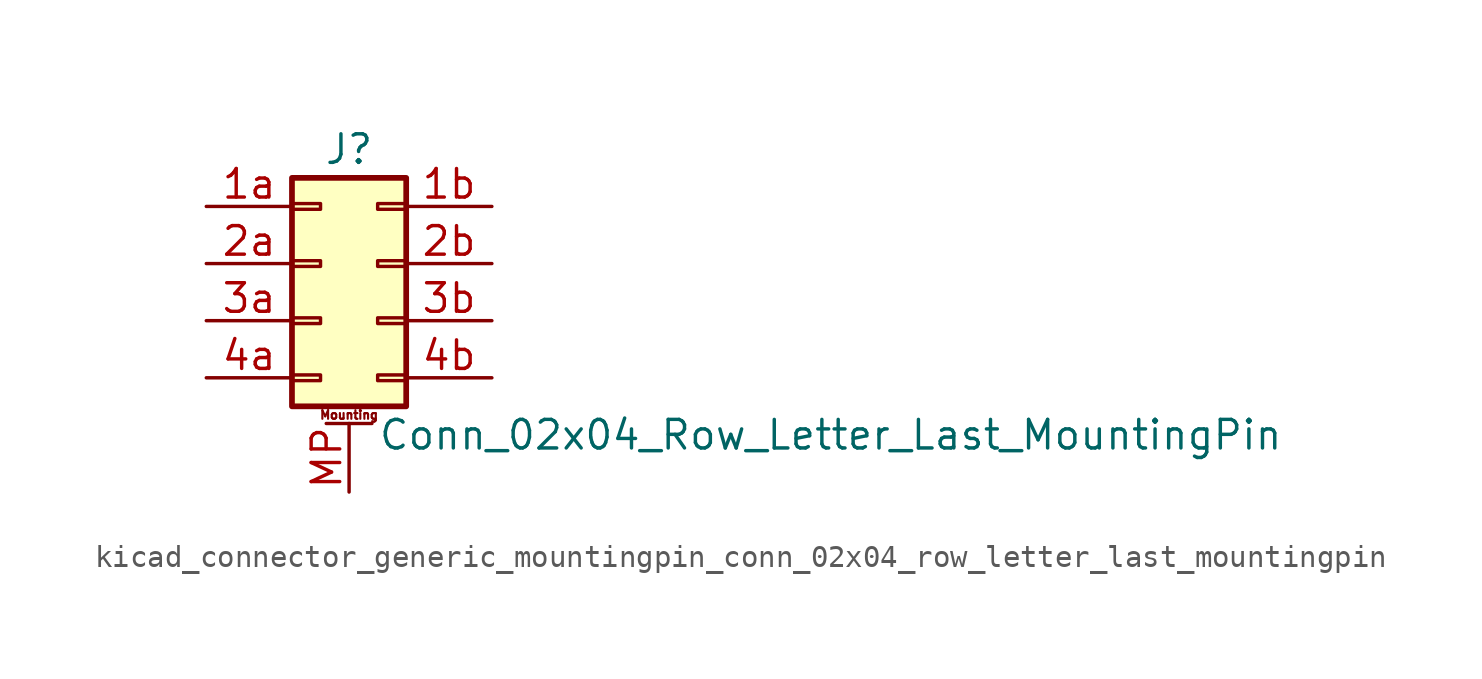
<source format=kicad_sym>
(kicad_symbol_lib
  (version 20220914)
  (generator kicad_symbol_editor)
  (symbol "kicad_connector_generic_mountingpin_conn_02x04_row_letter_last_mountingpin"
    (pin_names
      (offset 1.016) hide)
    (property "Reference" "J"
      (at 1.27 5.08 0)
      (effects (font (size 1.27 1.27))))
    (property "Value" "Conn_02x04_Row_Letter_Last_MountingPin"
      (at 2.54 -7.62 0)
      (effects (font (size 1.27 1.27)) (justify left)))
    (symbol "kicad_connector_generic_mountingpin_conn_02x04_row_letter_last_mountingpin_1_1"
      (rectangle (start -1.27 -4.953) (end 0 -5.207) (stroke (width 0.152) (type default)) (fill (type none)))
      (rectangle (start -1.27 -2.413) (end 0 -2.667) (stroke (width 0.152) (type default)) (fill (type none)))
      (rectangle (start -1.27 0.127) (end 0 -0.127) (stroke (width 0.152) (type default)) (fill (type none)))
      (rectangle (start -1.27 2.667) (end 0 2.413) (stroke (width 0.152) (type default)) (fill (type none)))
      (rectangle (start -1.27 3.81) (end 3.81 -6.35) (stroke (width 0.254) (type default)) (fill (type background)))
      (polyline (pts (xy 0.254 -7.112) (xy 2.286 -7.112)) (stroke (width 0.152) (type default)) (fill (type none)))
      (rectangle (start 3.81 -4.953) (end 2.54 -5.207) (stroke (width 0.152) (type default)) (fill (type none)))
      (rectangle (start 3.81 -2.413) (end 2.54 -2.667) (stroke (width 0.152) (type default)) (fill (type none)))
      (rectangle (start 3.81 0.127) (end 2.54 -0.127) (stroke (width 0.152) (type default)) (fill (type none)))
      (rectangle (start 3.81 2.667) (end 2.54 2.413) (stroke (width 0.152) (type default)) (fill (type none)))
      (text "Mounting" (at 1.27 -6.731 0) (effects (font (size 0.381 0.381))))
      (pin passive line (at -5.08 2.54 0) (length 3.81) (name "Pin_1a" (effects (font (size 1.27 1.27)))) (number "1a" (effects (font (size 1.27 1.27)))))
      (pin passive line (at 7.62 2.54 180) (length 3.81) (name "Pin_1b" (effects (font (size 1.27 1.27)))) (number "1b" (effects (font (size 1.27 1.27)))))
      (pin passive line (at -5.08 0 0) (length 3.81) (name "Pin_2a" (effects (font (size 1.27 1.27)))) (number "2a" (effects (font (size 1.27 1.27)))))
      (pin passive line (at 7.62 0 180) (length 3.81) (name "Pin_2b" (effects (font (size 1.27 1.27)))) (number "2b" (effects (font (size 1.27 1.27)))))
      (pin passive line (at -5.08 -2.54 0) (length 3.81) (name "Pin_3a" (effects (font (size 1.27 1.27)))) (number "3a" (effects (font (size 1.27 1.27)))))
      (pin passive line (at 7.62 -2.54 180) (length 3.81) (name "Pin_3b" (effects (font (size 1.27 1.27)))) (number "3b" (effects (font (size 1.27 1.27)))))
      (pin passive line (at -5.08 -5.08 0) (length 3.81) (name "Pin_4a" (effects (font (size 1.27 1.27)))) (number "4a" (effects (font (size 1.27 1.27)))))
      (pin passive line (at 7.62 -5.08 180) (length 3.81) (name "Pin_4b" (effects (font (size 1.27 1.27)))) (number "4b" (effects (font (size 1.27 1.27)))))
      (pin passive line (at 1.27 -10.16 90) (length 3.048) (name "MountPin" (effects (font (size 1.27 1.27)))) (number "MP" (effects (font (size 1.27 1.27))))))))
</source>
